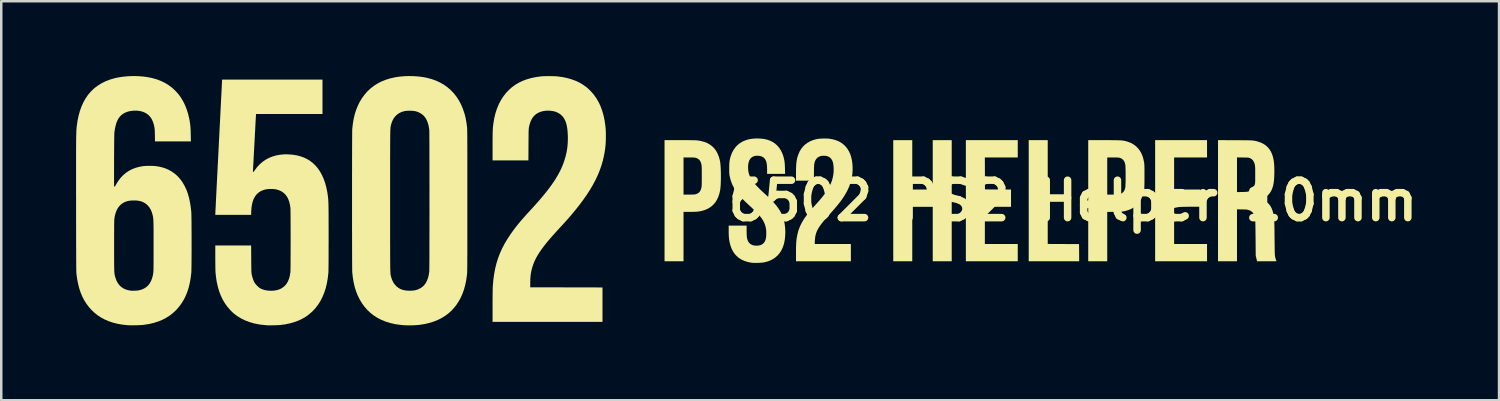
<source format=kicad_pcb>
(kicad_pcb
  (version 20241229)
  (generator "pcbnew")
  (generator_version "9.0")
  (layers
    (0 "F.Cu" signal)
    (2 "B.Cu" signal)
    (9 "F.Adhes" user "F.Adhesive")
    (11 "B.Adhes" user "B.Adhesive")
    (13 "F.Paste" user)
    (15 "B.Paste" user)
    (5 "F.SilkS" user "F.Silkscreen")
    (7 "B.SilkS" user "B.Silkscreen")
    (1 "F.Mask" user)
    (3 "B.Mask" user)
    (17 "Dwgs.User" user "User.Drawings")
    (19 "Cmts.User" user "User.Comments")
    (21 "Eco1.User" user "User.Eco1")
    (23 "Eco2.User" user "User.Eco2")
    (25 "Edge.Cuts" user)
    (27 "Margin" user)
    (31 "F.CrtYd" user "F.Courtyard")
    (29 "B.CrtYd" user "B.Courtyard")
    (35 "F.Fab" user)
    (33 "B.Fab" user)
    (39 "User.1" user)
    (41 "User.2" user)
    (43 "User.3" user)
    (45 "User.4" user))
  (footprint "6502 PS2 Helper 10mm"
    (layer "F.Cu")
    (at 39.973 4.998)
    (property "Reference" "6502 PS2 Helper 10mm" (at 0 0 0) (layer "F.SilkS") (effects (font (size 1.5 1.5) (thickness 0.3))))
    (attr board_only exclude_from_pos_files exclude_from_bom)
    (fp_poly (pts (xy -1.011 -0.347) (xy -1.011 1.734) (xy -0.383 1.737) (xy 0.245 1.739) (xy 0.248 2.084) (xy 0.25 2.428) (xy -0.761 2.428) (xy -1.773 2.428) (xy -1.773 0) (xy -1.773 -2.428) (xy -1.392 -2.428) (xy -1.011 -2.428)) (stroke (width 0) (type solid)) (fill yes) (layer "F.SilkS"))
    (fp_poly (pts (xy -6.443 -1.438) (xy -6.443 -0.448) (xy -6.033 -0.448) (xy -5.622 -0.448) (xy -5.622 -1.438) (xy -5.622 -2.428) (xy -5.242 -2.428) (xy -4.861 -2.428) (xy -4.861 0) (xy -4.861 2.428) (xy -5.242 2.428) (xy -5.622 2.428) (xy -5.622 1.337) (xy -5.622 0.245) (xy -6.033 0.245) (xy -6.443 0.245) (xy -6.443 1.337) (xy -6.443 2.428) (xy -6.824 2.428) (xy -7.205 2.428) (xy -7.205 0) (xy -7.205 -2.428) (xy -6.824 -2.428) (xy -6.443 -2.428)) (stroke (width 0) (type solid)) (fill yes) (layer "F.SilkS"))
    (fp_poly (pts (xy -2.213 -2.081) (xy -2.213 -1.735) (xy -2.873 -1.735) (xy -3.533 -1.735) (xy -3.53 -1.094) (xy -3.528 -0.453) (xy -3.006 -0.45) (xy -2.483 -0.448) (xy -2.483 -0.101) (xy -2.483 0.245) (xy -3.008 0.245) (xy -3.532 0.245) (xy -3.532 0.99) (xy -3.532 1.735) (xy -2.873 1.735) (xy -2.213 1.735) (xy -2.213 2.081) (xy -2.213 2.428) (xy -3.253 2.428) (xy -4.294 2.428) (xy -4.294 0) (xy -4.294 -2.428) (xy -3.253 -2.428) (xy -2.213 -2.428)) (stroke (width 0) (type solid)) (fill yes) (layer "F.SilkS"))
    (fp_poly (pts (xy 5.377 -2.081) (xy 5.377 -1.735) (xy 4.717 -1.735) (xy 4.057 -1.735) (xy 4.057 -1.091) (xy 4.057 -0.448) (xy 4.582 -0.448) (xy 5.106 -0.448) (xy 5.104 -0.104) (xy 5.102 0.241) (xy 4.58 0.243) (xy 4.057 0.245) (xy 4.057 0.99) (xy 4.057 1.735) (xy 4.717 1.735) (xy 5.377 1.735) (xy 5.377 2.081) (xy 5.377 2.428) (xy 4.336 2.428) (xy 3.296 2.428) (xy 3.296 0) (xy 3.296 -2.428) (xy 4.336 -2.428) (xy 5.377 -2.428)) (stroke (width 0) (type solid)) (fill yes) (layer "F.SilkS"))
    (fp_poly (pts (xy -15.636 -2.428) (xy -15.528 -2.428) (xy -15.434 -2.428) (xy -15.353 -2.427) (xy -15.284 -2.426) (xy -15.225 -2.425) (xy -15.176 -2.424) (xy -15.135 -2.423) (xy -15.101 -2.421) (xy -15.072 -2.419) (xy -15.048 -2.416) (xy -15.042 -2.416) (xy -14.902 -2.391) (xy -14.773 -2.355) (xy -14.656 -2.307) (xy -14.551 -2.247) (xy -14.457 -2.174) (xy -14.375 -2.089) (xy -14.304 -1.991) (xy -14.245 -1.881) (xy -14.196 -1.758) (xy -14.159 -1.622) (xy -14.148 -1.565) (xy -14.139 -1.506) (xy -14.132 -1.433) (xy -14.126 -1.348) (xy -14.122 -1.254) (xy -14.119 -1.154) (xy -14.117 -1.049) (xy -14.117 -0.943) (xy -14.118 -0.838) (xy -14.121 -0.737) (xy -14.125 -0.642) (xy -14.131 -0.556) (xy -14.138 -0.482) (xy -14.147 -0.421) (xy -14.148 -0.415) (xy -14.18 -0.274) (xy -14.224 -0.146) (xy -14.279 -0.031) (xy -14.345 0.072) (xy -14.423 0.162) (xy -14.511 0.24) (xy -14.612 0.305) (xy -14.723 0.358) (xy -14.847 0.399) (xy -14.857 0.402) (xy -14.914 0.415) (xy -14.97 0.426) (xy -15.028 0.434) (xy -15.091 0.441) (xy -15.162 0.445) (xy -15.243 0.447) (xy -15.338 0.448) (xy -15.374 0.448) (xy -15.615 0.448) (xy -15.615 1.438) (xy -15.615 2.428) (xy -15.996 2.428) (xy -16.376 2.428) (xy -16.376 0) (xy -16.376 -0.99) (xy -15.615 -0.99) (xy -15.615 -0.245) (xy -15.397 -0.245) (xy -15.318 -0.246) (xy -15.254 -0.247) (xy -15.205 -0.249) (xy -15.168 -0.252) (xy -15.143 -0.255) (xy -15.137 -0.257) (xy -15.068 -0.281) (xy -15.012 -0.315) (xy -14.967 -0.36) (xy -14.932 -0.417) (xy -14.906 -0.488) (xy -14.898 -0.522) (xy -14.894 -0.539) (xy -14.891 -0.558) (xy -14.889 -0.58) (xy -14.887 -0.608) (xy -14.886 -0.642) (xy -14.885 -0.684) (xy -14.884 -0.737) (xy -14.883 -0.8) (xy -14.883 -0.878) (xy -14.883 -0.97) (xy -14.883 -0.99) (xy -14.883 -1.085) (xy -14.883 -1.165) (xy -14.884 -1.232) (xy -14.884 -1.286) (xy -14.885 -1.33) (xy -14.887 -1.366) (xy -14.889 -1.394) (xy -14.891 -1.418) (xy -14.894 -1.437) (xy -14.897 -1.455) (xy -14.898 -1.458) (xy -14.92 -1.534) (xy -14.949 -1.595) (xy -14.987 -1.643) (xy -15.035 -1.68) (xy -15.052 -1.69) (xy -15.078 -1.703) (xy -15.104 -1.713) (xy -15.13 -1.721) (xy -15.159 -1.726) (xy -15.195 -1.73) (xy -15.239 -1.733) (xy -15.295 -1.734) (xy -15.363 -1.734) (xy -15.397 -1.734) (xy -15.615 -1.735) (xy -15.615 -0.99) (xy -16.376 -0.99) (xy -16.376 -2.428) (xy -15.761 -2.428)) (stroke (width 0) (type solid)) (fill yes) (layer "F.SilkS"))
    (fp_poly (pts (xy 1.366 -2.428) (xy 1.483 -2.428) (xy 1.586 -2.427) (xy 1.676 -2.427) (xy 1.754 -2.425) (xy 1.822 -2.423) (xy 1.881 -2.421) (xy 1.932 -2.418) (xy 1.977 -2.414) (xy 2.017 -2.409) (xy 2.053 -2.403) (xy 2.087 -2.396) (xy 2.12 -2.388) (xy 2.153 -2.378) (xy 2.188 -2.368) (xy 2.199 -2.364) (xy 2.316 -2.319) (xy 2.42 -2.263) (xy 2.513 -2.195) (xy 2.578 -2.134) (xy 2.646 -2.055) (xy 2.705 -1.97) (xy 2.753 -1.879) (xy 2.794 -1.779) (xy 2.826 -1.667) (xy 2.852 -1.541) (xy 2.853 -1.54) (xy 2.856 -1.519) (xy 2.859 -1.497) (xy 2.861 -1.473) (xy 2.863 -1.444) (xy 2.865 -1.411) (xy 2.866 -1.37) (xy 2.867 -1.32) (xy 2.868 -1.26) (xy 2.868 -1.188) (xy 2.868 -1.103) (xy 2.868 -1.002) (xy 2.868 -0.99) (xy 2.868 -0.881) (xy 2.868 -0.788) (xy 2.867 -0.708) (xy 2.866 -0.64) (xy 2.865 -0.581) (xy 2.862 -0.532) (xy 2.859 -0.489) (xy 2.855 -0.451) (xy 2.85 -0.416) (xy 2.844 -0.383) (xy 2.836 -0.349) (xy 2.827 -0.314) (xy 2.82 -0.288) (xy 2.778 -0.16) (xy 2.725 -0.044) (xy 2.661 0.059) (xy 2.585 0.15) (xy 2.497 0.229) (xy 2.398 0.296) (xy 2.286 0.351) (xy 2.162 0.395) (xy 2.026 0.428) (xy 2 0.432) (xy 1.967 0.436) (xy 1.926 0.439) (xy 1.875 0.441) (xy 1.812 0.443) (xy 1.736 0.445) (xy 1.665 0.446) (xy 1.375 0.45) (xy 1.375 1.439) (xy 1.375 2.428) (xy 0.994 2.428) (xy 0.613 2.428) (xy 0.613 0) (xy 0.613 -0.99) (xy 1.375 -0.99) (xy 1.375 -0.245) (xy 1.597 -0.245) (xy 1.675 -0.246) (xy 1.738 -0.247) (xy 1.788 -0.249) (xy 1.825 -0.251) (xy 1.851 -0.255) (xy 1.863 -0.257) (xy 1.931 -0.282) (xy 1.987 -0.317) (xy 2.032 -0.364) (xy 2.067 -0.422) (xy 2.091 -0.495) (xy 2.099 -0.529) (xy 2.102 -0.556) (xy 2.105 -0.597) (xy 2.107 -0.651) (xy 2.109 -0.715) (xy 2.111 -0.787) (xy 2.112 -0.864) (xy 2.112 -0.945) (xy 2.112 -1.028) (xy 2.112 -1.109) (xy 2.111 -1.187) (xy 2.109 -1.259) (xy 2.107 -1.324) (xy 2.105 -1.379) (xy 2.102 -1.421) (xy 2.099 -1.449) (xy 2.099 -1.45) (xy 2.078 -1.528) (xy 2.049 -1.592) (xy 2.01 -1.642) (xy 1.961 -1.681) (xy 1.95 -1.687) (xy 1.924 -1.701) (xy 1.9 -1.711) (xy 1.874 -1.719) (xy 1.845 -1.725) (xy 1.809 -1.73) (xy 1.766 -1.732) (xy 1.711 -1.734) (xy 1.644 -1.734) (xy 1.597 -1.734) (xy 1.375 -1.735) (xy 1.375 -0.99) (xy 0.613 -0.99) (xy 0.613 -2.428) (xy 1.234 -2.428)) (stroke (width 0) (type solid)) (fill yes) (layer "F.SilkS"))
    (fp_poly (pts (xy -9.858 -2.493) (xy -9.802 -2.49) (xy -9.779 -2.488) (xy -9.637 -2.464) (xy -9.508 -2.428) (xy -9.389 -2.379) (xy -9.283 -2.318) (xy -9.187 -2.244) (xy -9.103 -2.159) (xy -9.041 -2.077) (xy -8.981 -1.978) (xy -8.932 -1.872) (xy -8.894 -1.756) (xy -8.865 -1.631) (xy -8.845 -1.493) (xy -8.838 -1.407) (xy -8.834 -1.231) (xy -8.846 -1.057) (xy -8.875 -0.886) (xy -8.92 -0.716) (xy -8.981 -0.548) (xy -9.059 -0.381) (xy -9.154 -0.214) (xy -9.194 -0.152) (xy -9.244 -0.077) (xy -9.298 -0.002) (xy -9.356 0.075) (xy -9.419 0.155) (xy -9.49 0.24) (xy -9.569 0.332) (xy -9.657 0.433) (xy -9.755 0.541) (xy -9.856 0.653) (xy -9.944 0.754) (xy -10.022 0.848) (xy -10.09 0.933) (xy -10.147 1.013) (xy -10.196 1.088) (xy -10.237 1.159) (xy -10.27 1.228) (xy -10.296 1.296) (xy -10.316 1.365) (xy -10.331 1.435) (xy -10.341 1.509) (xy -10.348 1.587) (xy -10.35 1.618) (xy -10.355 1.735) (xy -9.63 1.735) (xy -8.905 1.735) (xy -8.905 2.081) (xy -8.905 2.428) (xy -10.005 2.428) (xy -11.105 2.428) (xy -11.105 2.108) (xy -11.105 1.996) (xy -11.104 1.899) (xy -11.102 1.815) (xy -11.099 1.74) (xy -11.095 1.674) (xy -11.09 1.613) (xy -11.084 1.556) (xy -11.076 1.5) (xy -11.071 1.466) (xy -11.043 1.328) (xy -11.008 1.197) (xy -10.963 1.072) (xy -10.908 0.949) (xy -10.842 0.827) (xy -10.764 0.702) (xy -10.671 0.573) (xy -10.635 0.525) (xy -10.61 0.494) (xy -10.586 0.464) (xy -10.56 0.432) (xy -10.531 0.398) (xy -10.497 0.36) (xy -10.458 0.315) (xy -10.412 0.264) (xy -10.358 0.203) (xy -10.294 0.133) (xy -10.274 0.111) (xy -10.155 -0.023) (xy -10.05 -0.149) (xy -9.958 -0.268) (xy -9.878 -0.382) (xy -9.809 -0.491) (xy -9.751 -0.598) (xy -9.703 -0.702) (xy -9.664 -0.806) (xy -9.635 -0.91) (xy -9.613 -1.016) (xy -9.599 -1.126) (xy -9.598 -1.133) (xy -9.595 -1.2) (xy -9.595 -1.274) (xy -9.598 -1.351) (xy -9.605 -1.424) (xy -9.614 -1.49) (xy -9.62 -1.522) (xy -9.646 -1.6) (xy -9.683 -1.666) (xy -9.731 -1.72) (xy -9.79 -1.761) (xy -9.858 -1.788) (xy -9.922 -1.8) (xy -10.015 -1.804) (xy -10.098 -1.794) (xy -10.17 -1.771) (xy -10.233 -1.735) (xy -10.285 -1.685) (xy -10.326 -1.623) (xy -10.351 -1.564) (xy -10.36 -1.535) (xy -10.367 -1.502) (xy -10.373 -1.464) (xy -10.378 -1.419) (xy -10.381 -1.365) (xy -10.384 -1.301) (xy -10.385 -1.225) (xy -10.386 -1.134) (xy -10.386 -1.09) (xy -10.386 -0.804) (xy -10.746 -0.804) (xy -11.105 -0.804) (xy -11.105 -1.098) (xy -11.104 -1.217) (xy -11.102 -1.321) (xy -11.098 -1.413) (xy -11.092 -1.494) (xy -11.084 -1.567) (xy -11.073 -1.635) (xy -11.06 -1.698) (xy -11.043 -1.76) (xy -11.023 -1.822) (xy -11.018 -1.836) (xy -10.968 -1.957) (xy -10.905 -2.066) (xy -10.83 -2.164) (xy -10.743 -2.25) (xy -10.644 -2.323) (xy -10.535 -2.384) (xy -10.414 -2.433) (xy -10.283 -2.468) (xy -10.246 -2.476) (xy -10.198 -2.482) (xy -10.137 -2.488) (xy -10.069 -2.492) (xy -9.996 -2.494) (xy -9.925 -2.495)) (stroke (width 0) (type solid)) (fill yes) (layer "F.SilkS"))
    (fp_poly (pts (xy -12.51 -2.49) (xy -12.389 -2.476) (xy -12.287 -2.454) (xy -12.165 -2.415) (xy -12.053 -2.362) (xy -11.952 -2.296) (xy -11.861 -2.216) (xy -11.781 -2.125) (xy -11.713 -2.021) (xy -11.656 -1.904) (xy -11.61 -1.776) (xy -11.6 -1.739) (xy -11.585 -1.675) (xy -11.572 -1.612) (xy -11.563 -1.546) (xy -11.556 -1.473) (xy -11.551 -1.391) (xy -11.548 -1.295) (xy -11.547 -1.28) (xy -11.543 -1.075) (xy -11.904 -1.075) (xy -12.264 -1.075) (xy -12.264 -1.225) (xy -12.265 -1.316) (xy -12.269 -1.392) (xy -12.275 -1.457) (xy -12.284 -1.513) (xy -12.297 -1.563) (xy -12.298 -1.569) (xy -12.328 -1.639) (xy -12.369 -1.697) (xy -12.421 -1.743) (xy -12.485 -1.776) (xy -12.559 -1.796) (xy -12.644 -1.803) (xy -12.65 -1.803) (xy -12.69 -1.802) (xy -12.728 -1.799) (xy -12.757 -1.795) (xy -12.765 -1.793) (xy -12.834 -1.767) (xy -12.893 -1.729) (xy -12.941 -1.678) (xy -12.978 -1.615) (xy -13.004 -1.539) (xy -13.021 -1.45) (xy -13.027 -1.347) (xy -13.027 -1.34) (xy -13.024 -1.257) (xy -13.015 -1.178) (xy -12.999 -1.102) (xy -12.975 -1.027) (xy -12.943 -0.952) (xy -12.902 -0.877) (xy -12.851 -0.799) (xy -12.79 -0.718) (xy -12.718 -0.634) (xy -12.634 -0.544) (xy -12.537 -0.447) (xy -12.428 -0.344) (xy -12.362 -0.283) (xy -12.235 -0.166) (xy -12.122 -0.056) (xy -12.022 0.048) (xy -11.934 0.147) (xy -11.857 0.243) (xy -11.791 0.336) (xy -11.734 0.428) (xy -11.686 0.52) (xy -11.645 0.614) (xy -11.612 0.709) (xy -11.588 0.794) (xy -11.559 0.933) (xy -11.541 1.081) (xy -11.533 1.233) (xy -11.537 1.385) (xy -11.55 1.534) (xy -11.575 1.675) (xy -11.588 1.729) (xy -11.63 1.859) (xy -11.684 1.978) (xy -11.751 2.086) (xy -11.829 2.181) (xy -11.919 2.265) (xy -12.021 2.336) (xy -12.134 2.395) (xy -12.259 2.441) (xy -12.38 2.471) (xy -12.431 2.479) (xy -12.494 2.485) (xy -12.565 2.49) (xy -12.64 2.493) (xy -12.716 2.494) (xy -12.788 2.493) (xy -12.851 2.49) (xy -12.903 2.485) (xy -12.907 2.484) (xy -13.046 2.455) (xy -13.174 2.414) (xy -13.289 2.361) (xy -13.393 2.296) (xy -13.485 2.218) (xy -13.566 2.129) (xy -13.634 2.027) (xy -13.691 1.913) (xy -13.736 1.787) (xy -13.77 1.65) (xy -13.781 1.586) (xy -13.79 1.525) (xy -13.796 1.464) (xy -13.8 1.397) (xy -13.803 1.322) (xy -13.804 1.236) (xy -13.804 1.198) (xy -13.804 0.998) (xy -13.445 0.998) (xy -13.085 0.998) (xy -13.085 1.204) (xy -13.084 1.29) (xy -13.082 1.362) (xy -13.078 1.422) (xy -13.073 1.473) (xy -13.065 1.516) (xy -13.055 1.554) (xy -13.046 1.58) (xy -13.012 1.65) (xy -12.968 1.706) (xy -12.914 1.749) (xy -12.849 1.78) (xy -12.773 1.798) (xy -12.692 1.803) (xy -12.608 1.798) (xy -12.537 1.783) (xy -12.476 1.757) (xy -12.424 1.719) (xy -12.403 1.699) (xy -12.367 1.654) (xy -12.34 1.602) (xy -12.319 1.541) (xy -12.305 1.47) (xy -12.298 1.387) (xy -12.296 1.311) (xy -12.3 1.193) (xy -12.315 1.085) (xy -12.342 0.983) (xy -12.38 0.884) (xy -12.391 0.859) (xy -12.421 0.803) (xy -12.455 0.746) (xy -12.496 0.687) (xy -12.545 0.625) (xy -12.601 0.56) (xy -12.667 0.489) (xy -12.743 0.412) (xy -12.83 0.328) (xy -12.929 0.235) (xy -12.983 0.185) (xy -13.112 0.065) (xy -13.226 -0.048) (xy -13.327 -0.155) (xy -13.415 -0.259) (xy -13.492 -0.359) (xy -13.559 -0.459) (xy -13.616 -0.558) (xy -13.664 -0.657) (xy -13.703 -0.76) (xy -13.736 -0.866) (xy -13.76 -0.963) (xy -13.767 -0.997) (xy -13.772 -1.026) (xy -13.776 -1.054) (xy -13.779 -1.084) (xy -13.781 -1.118) (xy -13.782 -1.159) (xy -13.782 -1.211) (xy -13.783 -1.276) (xy -13.783 -1.295) (xy -13.782 -1.387) (xy -13.78 -1.465) (xy -13.775 -1.533) (xy -13.768 -1.594) (xy -13.758 -1.651) (xy -13.745 -1.708) (xy -13.728 -1.767) (xy -13.715 -1.808) (xy -13.665 -1.933) (xy -13.603 -2.046) (xy -13.53 -2.147) (xy -13.445 -2.236) (xy -13.348 -2.312) (xy -13.241 -2.375) (xy -13.123 -2.425) (xy -12.997 -2.462) (xy -12.884 -2.482) (xy -12.762 -2.494) (xy -12.635 -2.496)) (stroke (width 0) (type solid)) (fill yes) (layer "F.SilkS"))
    (fp_poly (pts (xy 6.492 -2.426) (xy 6.619 -2.426) (xy 6.732 -2.425) (xy 6.829 -2.424) (xy 6.914 -2.424) (xy 6.987 -2.423) (xy 7.05 -2.421) (xy 7.104 -2.42) (xy 7.15 -2.417) (xy 7.189 -2.415) (xy 7.224 -2.412) (xy 7.254 -2.408) (xy 7.282 -2.403) (xy 7.309 -2.398) (xy 7.336 -2.392) (xy 7.364 -2.385) (xy 7.395 -2.377) (xy 7.515 -2.338) (xy 7.623 -2.287) (xy 7.719 -2.226) (xy 7.803 -2.153) (xy 7.875 -2.068) (xy 7.936 -1.971) (xy 7.958 -1.926) (xy 7.99 -1.85) (xy 8.016 -1.769) (xy 8.037 -1.682) (xy 8.054 -1.586) (xy 8.065 -1.481) (xy 8.073 -1.363) (xy 8.076 -1.232) (xy 8.076 -1.18) (xy 8.074 -1.039) (xy 8.069 -0.913) (xy 8.06 -0.801) (xy 8.046 -0.7) (xy 8.028 -0.609) (xy 8.004 -0.527) (xy 7.976 -0.453) (xy 7.942 -0.384) (xy 7.902 -0.318) (xy 7.898 -0.313) (xy 7.85 -0.253) (xy 7.791 -0.194) (xy 7.725 -0.141) (xy 7.658 -0.096) (xy 7.612 -0.073) (xy 7.592 -0.062) (xy 7.58 -0.052) (xy 7.579 -0.049) (xy 7.587 -0.043) (xy 7.607 -0.032) (xy 7.635 -0.018) (xy 7.645 -0.014) (xy 7.731 0.03) (xy 7.806 0.084) (xy 7.87 0.147) (xy 7.924 0.222) (xy 7.969 0.309) (xy 8.007 0.409) (xy 8.029 0.493) (xy 8.038 0.528) (xy 8.045 0.56) (xy 8.051 0.593) (xy 8.056 0.625) (xy 8.061 0.66) (xy 8.065 0.699) (xy 8.068 0.742) (xy 8.071 0.79) (xy 8.074 0.846) (xy 8.076 0.911) (xy 8.078 0.985) (xy 8.079 1.07) (xy 8.081 1.168) (xy 8.082 1.279) (xy 8.083 1.405) (xy 8.084 1.485) (xy 8.085 1.61) (xy 8.087 1.72) (xy 8.088 1.815) (xy 8.089 1.896) (xy 8.09 1.966) (xy 8.091 2.025) (xy 8.092 2.074) (xy 8.093 2.114) (xy 8.095 2.147) (xy 8.097 2.174) (xy 8.098 2.197) (xy 8.101 2.215) (xy 8.103 2.231) (xy 8.106 2.246) (xy 8.108 2.255) (xy 8.118 2.295) (xy 8.129 2.336) (xy 8.14 2.369) (xy 8.143 2.376) (xy 8.153 2.401) (xy 8.159 2.419) (xy 8.161 2.424) (xy 8.152 2.425) (xy 8.129 2.426) (xy 8.092 2.427) (xy 8.043 2.427) (xy 7.984 2.428) (xy 7.917 2.428) (xy 7.842 2.428) (xy 7.775 2.428) (xy 7.39 2.428) (xy 7.381 2.405) (xy 7.376 2.387) (xy 7.367 2.358) (xy 7.358 2.321) (xy 7.351 2.293) (xy 7.329 2.204) (xy 7.323 1.493) (xy 7.321 1.361) (xy 7.32 1.244) (xy 7.319 1.143) (xy 7.318 1.055) (xy 7.316 0.979) (xy 7.315 0.915) (xy 7.313 0.862) (xy 7.312 0.818) (xy 7.31 0.783) (xy 7.308 0.755) (xy 7.306 0.734) (xy 7.304 0.717) (xy 7.303 0.715) (xy 7.283 0.628) (xy 7.258 0.557) (xy 7.225 0.498) (xy 7.184 0.45) (xy 7.133 0.413) (xy 7.072 0.383) (xy 7.04 0.372) (xy 7.019 0.366) (xy 6.998 0.361) (xy 6.975 0.357) (xy 6.946 0.354) (xy 6.909 0.352) (xy 6.862 0.351) (xy 6.801 0.349) (xy 6.779 0.349) (xy 6.578 0.345) (xy 6.578 1.387) (xy 6.578 2.428) (xy 6.198 2.428) (xy 5.817 2.428) (xy 5.817 -0.000421) (xy 5.817 -1.04) (xy 6.578 -1.04) (xy 6.578 -0.345) (xy 6.779 -0.349) (xy 6.849 -0.351) (xy 6.903 -0.353) (xy 6.946 -0.355) (xy 6.978 -0.358) (xy 7.004 -0.362) (xy 7.024 -0.367) (xy 7.027 -0.368) (xy 7.1 -0.397) (xy 7.161 -0.433) (xy 7.209 -0.479) (xy 7.248 -0.537) (xy 7.278 -0.607) (xy 7.291 -0.65) (xy 7.296 -0.668) (xy 7.3 -0.685) (xy 7.302 -0.704) (xy 7.305 -0.727) (xy 7.306 -0.755) (xy 7.308 -0.79) (xy 7.309 -0.835) (xy 7.309 -0.891) (xy 7.309 -0.96) (xy 7.309 -1.041) (xy 7.309 -1.136) (xy 7.309 -1.216) (xy 7.308 -1.282) (xy 7.305 -1.338) (xy 7.302 -1.384) (xy 7.297 -1.423) (xy 7.291 -1.456) (xy 7.283 -1.486) (xy 7.273 -1.514) (xy 7.261 -1.542) (xy 7.251 -1.563) (xy 7.215 -1.62) (xy 7.17 -1.665) (xy 7.113 -1.7) (xy 7.088 -1.711) (xy 7.073 -1.716) (xy 7.058 -1.721) (xy 7.041 -1.724) (xy 7.019 -1.727) (xy 6.991 -1.729) (xy 6.954 -1.73) (xy 6.905 -1.731) (xy 6.843 -1.732) (xy 6.809 -1.733) (xy 6.578 -1.736) (xy 6.578 -1.04) (xy 5.817 -1.04) (xy 5.817 -2.429)) (stroke (width 0) (type solid)) (fill yes) (layer "F.SilkS"))
    (fp_poly (pts (xy -20.916 -4.995) (xy -20.841 -4.993) (xy -20.772 -4.991) (xy -20.714 -4.988) (xy -20.675 -4.985) (xy -20.474 -4.958) (xy -20.287 -4.92) (xy -20.111 -4.87) (xy -19.947 -4.81) (xy -19.793 -4.738) (xy -19.65 -4.654) (xy -19.515 -4.558) (xy -19.494 -4.541) (xy -19.463 -4.515) (xy -19.425 -4.48) (xy -19.384 -4.441) (xy -19.344 -4.401) (xy -19.333 -4.39) (xy -19.218 -4.259) (xy -19.115 -4.116) (xy -19.024 -3.962) (xy -18.945 -3.795) (xy -18.879 -3.617) (xy -18.824 -3.427) (xy -18.781 -3.225) (xy -18.75 -3.011) (xy -18.737 -2.877) (xy -18.733 -2.808) (xy -18.73 -2.727) (xy -18.729 -2.638) (xy -18.729 -2.546) (xy -18.73 -2.454) (xy -18.733 -2.368) (xy -18.737 -2.29) (xy -18.741 -2.234) (xy -18.765 -2.026) (xy -18.801 -1.822) (xy -18.847 -1.621) (xy -18.904 -1.421) (xy -18.973 -1.223) (xy -19.054 -1.024) (xy -19.148 -0.825) (xy -19.255 -0.625) (xy -19.375 -0.422) (xy -19.51 -0.215) (xy -19.658 -0.005) (xy -19.821 0.21) (xy -19.998 0.431) (xy -20.041 0.482) (xy -20.106 0.56) (xy -20.171 0.636) (xy -20.236 0.711) (xy -20.304 0.787) (xy -20.376 0.868) (xy -20.456 0.955) (xy -20.544 1.051) (xy -20.59 1.101) (xy -20.732 1.256) (xy -20.862 1.4) (xy -20.98 1.536) (xy -21.087 1.663) (xy -21.183 1.783) (xy -21.27 1.897) (xy -21.347 2.005) (xy -21.416 2.108) (xy -21.477 2.208) (xy -21.531 2.305) (xy -21.577 2.401) (xy -21.618 2.495) (xy -21.653 2.589) (xy -21.683 2.684) (xy -21.702 2.754) (xy -21.723 2.845) (xy -21.739 2.936) (xy -21.75 3.029) (xy -21.757 3.131) (xy -21.76 3.244) (xy -21.761 3.274) (xy -21.762 3.473) (xy -20.313 3.475) (xy -18.864 3.478) (xy -18.864 4.167) (xy -18.864 4.857) (xy -21.068 4.857) (xy -23.272 4.857) (xy -23.272 4.21) (xy -23.272 4.103) (xy -23.272 3.998) (xy -23.271 3.897) (xy -23.27 3.801) (xy -23.269 3.712) (xy -23.268 3.632) (xy -23.267 3.562) (xy -23.266 3.505) (xy -23.265 3.461) (xy -23.263 3.434) (xy -23.242 3.189) (xy -23.211 2.956) (xy -23.17 2.734) (xy -23.118 2.521) (xy -23.055 2.315) (xy -22.979 2.115) (xy -22.891 1.918) (xy -22.789 1.723) (xy -22.672 1.528) (xy -22.541 1.33) (xy -22.43 1.176) (xy -22.363 1.088) (xy -22.296 1.001) (xy -22.226 0.915) (xy -22.152 0.826) (xy -22.073 0.734) (xy -21.987 0.636) (xy -21.892 0.531) (xy -21.786 0.416) (xy -21.762 0.389) (xy -21.594 0.205) (xy -21.439 0.031) (xy -21.296 -0.136) (xy -21.165 -0.294) (xy -21.046 -0.445) (xy -20.937 -0.591) (xy -20.838 -0.731) (xy -20.749 -0.867) (xy -20.669 -0.999) (xy -20.598 -1.128) (xy -20.534 -1.255) (xy -20.478 -1.381) (xy -20.429 -1.507) (xy -20.393 -1.612) (xy -20.342 -1.782) (xy -20.304 -1.948) (xy -20.276 -2.113) (xy -20.26 -2.282) (xy -20.253 -2.458) (xy -20.254 -2.589) (xy -20.261 -2.734) (xy -20.273 -2.864) (xy -20.29 -2.979) (xy -20.314 -3.083) (xy -20.344 -3.174) (xy -20.38 -3.255) (xy -20.424 -3.327) (xy -20.474 -3.391) (xy -20.484 -3.4) (xy -20.557 -3.467) (xy -20.64 -3.521) (xy -20.732 -3.562) (xy -20.834 -3.591) (xy -20.948 -3.607) (xy -20.992 -3.61) (xy -21.113 -3.61) (xy -21.227 -3.596) (xy -21.333 -3.57) (xy -21.429 -3.532) (xy -21.515 -3.482) (xy -21.55 -3.455) (xy -21.617 -3.391) (xy -21.675 -3.317) (xy -21.723 -3.232) (xy -21.763 -3.135) (xy -21.796 -3.023) (xy -21.81 -2.959) (xy -21.814 -2.942) (xy -21.816 -2.925) (xy -21.819 -2.906) (xy -21.821 -2.885) (xy -21.823 -2.86) (xy -21.824 -2.83) (xy -21.826 -2.794) (xy -21.827 -2.749) (xy -21.828 -2.695) (xy -21.828 -2.631) (xy -21.829 -2.556) (xy -21.83 -2.467) (xy -21.831 -2.364) (xy -21.831 -2.245) (xy -21.831 -2.244) (xy -21.835 -1.616) (xy -22.553 -1.616) (xy -23.272 -1.616) (xy -23.272 -2.19) (xy -23.272 -2.317) (xy -23.272 -2.429) (xy -23.271 -2.527) (xy -23.27 -2.614) (xy -23.269 -2.689) (xy -23.267 -2.756) (xy -23.265 -2.815) (xy -23.262 -2.869) (xy -23.259 -2.919) (xy -23.255 -2.966) (xy -23.25 -3.013) (xy -23.244 -3.06) (xy -23.238 -3.109) (xy -23.203 -3.313) (xy -23.156 -3.507) (xy -23.096 -3.691) (xy -23.025 -3.863) (xy -22.941 -4.025) (xy -22.845 -4.175) (xy -22.738 -4.314) (xy -22.619 -4.44) (xy -22.489 -4.555) (xy -22.358 -4.65) (xy -22.216 -4.734) (xy -22.063 -4.806) (xy -21.898 -4.868) (xy -21.721 -4.918) (xy -21.532 -4.957) (xy -21.33 -4.985) (xy -21.326 -4.985) (xy -21.28 -4.989) (xy -21.221 -4.992) (xy -21.151 -4.994) (xy -21.075 -4.995) (xy -20.995 -4.995)) (stroke (width 0) (type solid)) (fill yes) (layer "F.SilkS"))
    (fp_poly (pts (xy -30.092 -4.167) (xy -30.092 -3.477) (xy -31.423 -3.477) (xy -32.755 -3.477) (xy -32.761 -3.408) (xy -32.762 -3.39) (xy -32.764 -3.357) (xy -32.766 -3.31) (xy -32.77 -3.248) (xy -32.774 -3.175) (xy -32.779 -3.09) (xy -32.784 -2.994) (xy -32.789 -2.89) (xy -32.795 -2.778) (xy -32.802 -2.659) (xy -32.808 -2.534) (xy -32.815 -2.405) (xy -32.82 -2.31) (xy -32.827 -2.178) (xy -32.834 -2.05) (xy -32.841 -1.927) (xy -32.847 -1.81) (xy -32.853 -1.701) (xy -32.858 -1.599) (xy -32.863 -1.507) (xy -32.868 -1.425) (xy -32.872 -1.356) (xy -32.875 -1.298) (xy -32.877 -1.255) (xy -32.879 -1.227) (xy -32.88 -1.216) (xy -32.882 -1.183) (xy -32.882 -1.164) (xy -32.879 -1.154) (xy -32.873 -1.151) (xy -32.87 -1.151) (xy -32.857 -1.158) (xy -32.838 -1.18) (xy -32.813 -1.213) (xy -32.808 -1.221) (xy -32.714 -1.347) (xy -32.609 -1.459) (xy -32.495 -1.558) (xy -32.372 -1.644) (xy -32.239 -1.715) (xy -32.097 -1.772) (xy -31.947 -1.816) (xy -31.79 -1.844) (xy -31.624 -1.859) (xy -31.459 -1.858) (xy -31.287 -1.845) (xy -31.125 -1.819) (xy -30.975 -1.78) (xy -30.833 -1.729) (xy -30.701 -1.665) (xy -30.602 -1.605) (xy -30.486 -1.518) (xy -30.379 -1.416) (xy -30.281 -1.301) (xy -30.193 -1.173) (xy -30.114 -1.031) (xy -30.045 -0.877) (xy -29.986 -0.711) (xy -29.938 -0.533) (xy -29.899 -0.343) (xy -29.888 -0.273) (xy -29.883 -0.236) (xy -29.878 -0.202) (xy -29.874 -0.169) (xy -29.87 -0.136) (xy -29.866 -0.102) (xy -29.863 -0.067) (xy -29.86 -0.03) (xy -29.858 0.011) (xy -29.855 0.055) (xy -29.854 0.105) (xy -29.852 0.161) (xy -29.851 0.224) (xy -29.85 0.295) (xy -29.849 0.374) (xy -29.848 0.463) (xy -29.847 0.563) (xy -29.847 0.674) (xy -29.847 0.797) (xy -29.847 0.934) (xy -29.846 1.085) (xy -29.846 1.251) (xy -29.846 1.433) (xy -29.846 1.443) (xy -29.846 1.637) (xy -29.847 1.818) (xy -29.847 1.987) (xy -29.847 2.142) (xy -29.848 2.284) (xy -29.848 2.412) (xy -29.849 2.525) (xy -29.85 2.624) (xy -29.851 2.708) (xy -29.852 2.776) (xy -29.853 2.828) (xy -29.854 2.863) (xy -29.855 2.877) (xy -29.879 3.097) (xy -29.914 3.306) (xy -29.962 3.503) (xy -30.022 3.689) (xy -30.094 3.863) (xy -30.177 4.025) (xy -30.273 4.176) (xy -30.38 4.314) (xy -30.499 4.441) (xy -30.63 4.555) (xy -30.76 4.65) (xy -30.903 4.734) (xy -31.058 4.807) (xy -31.224 4.869) (xy -31.402 4.919) (xy -31.59 4.958) (xy -31.78 4.983) (xy -31.813 4.986) (xy -31.858 4.989) (xy -31.913 4.991) (xy -31.974 4.993) (xy -32.038 4.995) (xy -32.102 4.996) (xy -32.162 4.997) (xy -32.217 4.997) (xy -32.261 4.997) (xy -32.293 4.996) (xy -32.3 4.996) (xy -32.377 4.989) (xy -32.44 4.983) (xy -32.492 4.978) (xy -32.536 4.973) (xy -32.573 4.969) (xy -32.608 4.964) (xy -32.643 4.958) (xy -32.651 4.957) (xy -32.842 4.918) (xy -33.023 4.865) (xy -33.194 4.8) (xy -33.353 4.722) (xy -33.502 4.632) (xy -33.624 4.541) (xy -33.655 4.515) (xy -33.694 4.48) (xy -33.735 4.441) (xy -33.775 4.401) (xy -33.785 4.39) (xy -33.899 4.26) (xy -34.001 4.119) (xy -34.092 3.967) (xy -34.17 3.803) (xy -34.237 3.627) (xy -34.291 3.439) (xy -34.335 3.24) (xy -34.366 3.028) (xy -34.381 2.873) (xy -34.383 2.844) (xy -34.384 2.8) (xy -34.386 2.743) (xy -34.387 2.675) (xy -34.388 2.598) (xy -34.389 2.514) (xy -34.389 2.425) (xy -34.39 2.333) (xy -34.39 2.279) (xy -34.39 1.794) (xy -33.671 1.794) (xy -32.953 1.794) (xy -32.949 2.333) (xy -32.949 2.445) (xy -32.948 2.541) (xy -32.947 2.623) (xy -32.946 2.692) (xy -32.945 2.75) (xy -32.944 2.798) (xy -32.943 2.837) (xy -32.941 2.87) (xy -32.939 2.896) (xy -32.936 2.919) (xy -32.934 2.938) (xy -32.931 2.953) (xy -32.914 3.028) (xy -32.892 3.104) (xy -32.866 3.178) (xy -32.839 3.243) (xy -32.822 3.274) (xy -32.793 3.319) (xy -32.754 3.367) (xy -32.709 3.415) (xy -32.662 3.459) (xy -32.617 3.495) (xy -32.594 3.51) (xy -32.511 3.55) (xy -32.418 3.58) (xy -32.316 3.6) (xy -32.211 3.61) (xy -32.104 3.61) (xy -31.999 3.6) (xy -31.899 3.58) (xy -31.807 3.549) (xy -31.75 3.522) (xy -31.666 3.468) (xy -31.593 3.403) (xy -31.53 3.326) (xy -31.478 3.237) (xy -31.436 3.135) (xy -31.404 3.021) (xy -31.382 2.892) (xy -31.378 2.864) (xy -31.377 2.845) (xy -31.376 2.811) (xy -31.375 2.761) (xy -31.374 2.699) (xy -31.373 2.624) (xy -31.372 2.539) (xy -31.372 2.443) (xy -31.371 2.339) (xy -31.371 2.228) (xy -31.37 2.11) (xy -31.37 1.988) (xy -31.37 1.861) (xy -31.369 1.732) (xy -31.369 1.602) (xy -31.369 1.471) (xy -31.369 1.342) (xy -31.37 1.214) (xy -31.37 1.09) (xy -31.37 0.97) (xy -31.371 0.856) (xy -31.371 0.749) (xy -31.372 0.651) (xy -31.373 0.561) (xy -31.373 0.482) (xy -31.374 0.415) (xy -31.375 0.36) (xy -31.376 0.32) (xy -31.377 0.295) (xy -31.378 0.29) (xy -31.398 0.155) (xy -31.428 0.035) (xy -31.469 -0.073) (xy -31.52 -0.168) (xy -31.582 -0.249) (xy -31.654 -0.318) (xy -31.738 -0.375) (xy -31.833 -0.419) (xy -31.938 -0.451) (xy -31.953 -0.454) (xy -32.011 -0.463) (xy -32.081 -0.468) (xy -32.157 -0.47) (xy -32.233 -0.468) (xy -32.306 -0.463) (xy -32.369 -0.453) (xy -32.385 -0.45) (xy -32.489 -0.418) (xy -32.583 -0.374) (xy -32.666 -0.318) (xy -32.738 -0.248) (xy -32.8 -0.166) (xy -32.851 -0.071) (xy -32.891 0.037) (xy -32.921 0.159) (xy -32.94 0.293) (xy -32.949 0.421) (xy -32.954 0.567) (xy -33.672 0.567) (xy -34.39 0.567) (xy -34.39 0.535) (xy -34.389 0.524) (xy -34.388 0.497) (xy -34.386 0.454) (xy -34.383 0.396) (xy -34.38 0.324) (xy -34.375 0.239) (xy -34.37 0.14) (xy -34.365 0.029) (xy -34.359 -0.094) (xy -34.352 -0.227) (xy -34.345 -0.372) (xy -34.337 -0.526) (xy -34.329 -0.689) (xy -34.32 -0.86) (xy -34.311 -1.039) (xy -34.301 -1.226) (xy -34.292 -1.419) (xy -34.281 -1.618) (xy -34.271 -1.822) (xy -34.26 -2.03) (xy -34.254 -2.145) (xy -34.244 -2.356) (xy -34.233 -2.562) (xy -34.223 -2.764) (xy -34.213 -2.96) (xy -34.203 -3.151) (xy -34.194 -3.334) (xy -34.185 -3.51) (xy -34.176 -3.677) (xy -34.168 -3.836) (xy -34.161 -3.986) (xy -34.154 -4.125) (xy -34.147 -4.254) (xy -34.141 -4.372) (xy -34.136 -4.477) (xy -34.131 -4.57) (xy -34.128 -4.649) (xy -34.124 -4.715) (xy -34.122 -4.766) (xy -34.12 -4.801) (xy -34.119 -4.821) (xy -34.119 -4.825) (xy -34.119 -4.857) (xy -32.105 -4.857) (xy -30.092 -4.857)) (stroke (width 0) (type solid)) (fill yes) (layer "F.SilkS"))
    (fp_poly (pts (xy -26.426 -4.994) (xy -26.235 -4.98) (xy -26.051 -4.956) (xy -25.905 -4.928) (xy -25.719 -4.878) (xy -25.544 -4.816) (xy -25.379 -4.74) (xy -25.224 -4.651) (xy -25.081 -4.549) (xy -24.949 -4.435) (xy -24.828 -4.308) (xy -24.718 -4.169) (xy -24.62 -4.018) (xy -24.534 -3.855) (xy -24.46 -3.68) (xy -24.398 -3.494) (xy -24.38 -3.431) (xy -24.357 -3.335) (xy -24.336 -3.226) (xy -24.316 -3.11) (xy -24.3 -2.989) (xy -24.299 -2.978) (xy -24.297 -2.966) (xy -24.296 -2.952) (xy -24.295 -2.938) (xy -24.293 -2.921) (xy -24.292 -2.903) (xy -24.291 -2.881) (xy -24.29 -2.856) (xy -24.29 -2.827) (xy -24.289 -2.793) (xy -24.288 -2.754) (xy -24.287 -2.709) (xy -24.287 -2.658) (xy -24.286 -2.6) (xy -24.286 -2.535) (xy -24.285 -2.462) (xy -24.285 -2.381) (xy -24.285 -2.29) (xy -24.284 -2.19) (xy -24.284 -2.079) (xy -24.284 -1.958) (xy -24.284 -1.825) (xy -24.284 -1.681) (xy -24.283 -1.524) (xy -24.283 -1.355) (xy -24.283 -1.171) (xy -24.283 -0.974) (xy -24.283 -0.762) (xy -24.283 -0.535) (xy -24.283 -0.292) (xy -24.283 -0.033) (xy -24.283 0) (xy -24.283 0.261) (xy -24.283 0.506) (xy -24.283 0.735) (xy -24.283 0.949) (xy -24.283 1.148) (xy -24.283 1.333) (xy -24.283 1.504) (xy -24.284 1.662) (xy -24.284 1.808) (xy -24.284 1.942) (xy -24.284 2.065) (xy -24.284 2.176) (xy -24.285 2.278) (xy -24.285 2.37) (xy -24.285 2.452) (xy -24.286 2.527) (xy -24.286 2.593) (xy -24.287 2.651) (xy -24.287 2.703) (xy -24.288 2.749) (xy -24.289 2.788) (xy -24.29 2.823) (xy -24.29 2.853) (xy -24.291 2.878) (xy -24.292 2.9) (xy -24.293 2.919) (xy -24.294 2.936) (xy -24.296 2.951) (xy -24.297 2.964) (xy -24.298 2.977) (xy -24.299 2.978) (xy -24.328 3.184) (xy -24.368 3.377) (xy -24.417 3.557) (xy -24.477 3.726) (xy -24.547 3.885) (xy -24.629 4.034) (xy -24.722 4.175) (xy -24.79 4.264) (xy -24.904 4.392) (xy -25.029 4.508) (xy -25.167 4.612) (xy -25.315 4.704) (xy -25.474 4.784) (xy -25.644 4.851) (xy -25.824 4.906) (xy -26.014 4.949) (xy -26.213 4.979) (xy -26.421 4.995) (xy -26.639 4.999) (xy -26.788 4.995) (xy -26.838 4.991) (xy -26.899 4.986) (xy -26.967 4.978) (xy -27.036 4.97) (xy -27.101 4.961) (xy -27.156 4.953) (xy -27.181 4.949) (xy -27.373 4.905) (xy -27.554 4.849) (xy -27.724 4.781) (xy -27.883 4.7) (xy -28.031 4.606) (xy -28.167 4.5) (xy -28.294 4.38) (xy -28.409 4.248) (xy -28.51 4.109) (xy -28.599 3.962) (xy -28.677 3.806) (xy -28.743 3.641) (xy -28.798 3.466) (xy -28.842 3.279) (xy -28.875 3.08) (xy -28.898 2.873) (xy -28.899 2.855) (xy -28.9 2.82) (xy -28.901 2.771) (xy -28.901 2.707) (xy -28.902 2.629) (xy -28.903 2.538) (xy -28.903 2.435) (xy -28.904 2.32) (xy -28.904 2.195) (xy -28.905 2.06) (xy -28.905 1.916) (xy -28.905 1.763) (xy -28.906 1.603) (xy -28.906 1.436) (xy -28.906 1.262) (xy -28.907 1.084) (xy -28.907 0.901) (xy -28.907 0.715) (xy -28.907 0.525) (xy -28.907 0.334) (xy -28.907 0.141) (xy -28.907 -0.052) (xy -28.907 -0.246) (xy -28.907 -0.438) (xy -28.907 -0.62) (xy -27.38 -0.62) (xy -27.38 -0.381) (xy -27.38 -0.126) (xy -27.38 0) (xy -27.38 0.263) (xy -27.38 0.509) (xy -27.38 0.739) (xy -27.38 0.955) (xy -27.38 1.155) (xy -27.38 1.341) (xy -27.38 1.514) (xy -27.38 1.674) (xy -27.379 1.821) (xy -27.379 1.956) (xy -27.379 2.08) (xy -27.379 2.193) (xy -27.378 2.296) (xy -27.378 2.389) (xy -27.377 2.472) (xy -27.376 2.548) (xy -27.376 2.615) (xy -27.375 2.674) (xy -27.374 2.727) (xy -27.372 2.773) (xy -27.371 2.813) (xy -27.37 2.848) (xy -27.368 2.879) (xy -27.367 2.905) (xy -27.365 2.927) (xy -27.363 2.946) (xy -27.361 2.963) (xy -27.358 2.978) (xy -27.356 2.991) (xy -27.353 3.004) (xy -27.35 3.016) (xy -27.347 3.028) (xy -27.343 3.041) (xy -27.342 3.048) (xy -27.307 3.16) (xy -27.26 3.261) (xy -27.202 3.35) (xy -27.133 3.427) (xy -27.054 3.49) (xy -26.966 3.541) (xy -26.868 3.577) (xy -26.86 3.579) (xy -26.779 3.596) (xy -26.688 3.606) (xy -26.592 3.61) (xy -26.496 3.606) (xy -26.407 3.596) (xy -26.365 3.588) (xy -26.295 3.568) (xy -26.223 3.538) (xy -26.154 3.502) (xy -26.095 3.462) (xy -26.081 3.451) (xy -26.01 3.381) (xy -25.949 3.298) (xy -25.899 3.201) (xy -25.859 3.092) (xy -25.829 2.969) (xy -25.81 2.835) (xy -25.81 2.819) (xy -25.809 2.787) (xy -25.808 2.74) (xy -25.808 2.678) (xy -25.807 2.602) (xy -25.806 2.514) (xy -25.806 2.413) (xy -25.805 2.3) (xy -25.805 2.177) (xy -25.805 2.044) (xy -25.804 1.902) (xy -25.804 1.751) (xy -25.804 1.593) (xy -25.803 1.428) (xy -25.803 1.256) (xy -25.803 1.08) (xy -25.803 0.899) (xy -25.803 0.715) (xy -25.802 0.527) (xy -25.802 0.338) (xy -25.802 0.147) (xy -25.802 -0.045) (xy -25.802 -0.236) (xy -25.802 -0.427) (xy -25.802 -0.616) (xy -25.803 -0.802) (xy -25.803 -0.985) (xy -25.803 -1.163) (xy -25.803 -1.337) (xy -25.803 -1.506) (xy -25.804 -1.668) (xy -25.804 -1.823) (xy -25.804 -1.969) (xy -25.805 -2.107) (xy -25.805 -2.236) (xy -25.806 -2.354) (xy -25.806 -2.462) (xy -25.807 -2.557) (xy -25.807 -2.64) (xy -25.808 -2.709) (xy -25.808 -2.764) (xy -25.809 -2.804) (xy -25.81 -2.829) (xy -25.81 -2.835) (xy -25.828 -2.964) (xy -25.856 -3.082) (xy -25.894 -3.189) (xy -25.94 -3.284) (xy -25.992 -3.361) (xy -26.055 -3.428) (xy -26.132 -3.488) (xy -26.218 -3.536) (xy -26.312 -3.574) (xy -26.369 -3.589) (xy -26.428 -3.599) (xy -26.498 -3.606) (xy -26.574 -3.609) (xy -26.65 -3.608) (xy -26.722 -3.604) (xy -26.785 -3.596) (xy -26.8 -3.593) (xy -26.908 -3.563) (xy -27.005 -3.519) (xy -27.091 -3.462) (xy -27.166 -3.393) (xy -27.23 -3.311) (xy -27.283 -3.217) (xy -27.324 -3.11) (xy -27.342 -3.048) (xy -27.345 -3.034) (xy -27.348 -3.022) (xy -27.352 -3.009) (xy -27.354 -2.997) (xy -27.357 -2.984) (xy -27.359 -2.97) (xy -27.362 -2.955) (xy -27.364 -2.937) (xy -27.366 -2.916) (xy -27.367 -2.891) (xy -27.369 -2.863) (xy -27.371 -2.831) (xy -27.372 -2.793) (xy -27.373 -2.749) (xy -27.374 -2.7) (xy -27.375 -2.644) (xy -27.376 -2.58) (xy -27.377 -2.509) (xy -27.377 -2.429) (xy -27.378 -2.341) (xy -27.378 -2.243) (xy -27.379 -2.135) (xy -27.379 -2.016) (xy -27.379 -1.886) (xy -27.38 -1.745) (xy -27.38 -1.591) (xy -27.38 -1.425) (xy -27.38 -1.245) (xy -27.38 -1.051) (xy -27.38 -0.843) (xy -27.38 -0.62) (xy -28.907 -0.62) (xy -28.907 -0.628) (xy -28.907 -0.816) (xy -28.907 -1.001) (xy -28.906 -1.181) (xy -28.906 -1.357) (xy -28.906 -1.527) (xy -28.906 -1.69) (xy -28.905 -1.847) (xy -28.905 -1.995) (xy -28.904 -2.134) (xy -28.904 -2.264) (xy -28.903 -2.384) (xy -28.903 -2.492) (xy -28.902 -2.589) (xy -28.902 -2.673) (xy -28.901 -2.743) (xy -28.9 -2.8) (xy -28.9 -2.841) (xy -28.899 -2.866) (xy -28.898 -2.873) (xy -28.875 -3.084) (xy -28.841 -3.282) (xy -28.797 -3.469) (xy -28.742 -3.644) (xy -28.675 -3.809) (xy -28.598 -3.965) (xy -28.51 -4.109) (xy -28.404 -4.254) (xy -28.288 -4.386) (xy -28.161 -4.505) (xy -28.024 -4.611) (xy -27.876 -4.704) (xy -27.716 -4.785) (xy -27.546 -4.852) (xy -27.365 -4.907) (xy -27.177 -4.949) (xy -26.998 -4.976) (xy -26.811 -4.992) (xy -26.619 -4.998)) (stroke (width 0) (type solid)) (fill yes) (layer "F.SilkS"))
    (fp_poly (pts (xy -37.509 -4.996) (xy -37.307 -4.982) (xy -37.114 -4.957) (xy -36.922 -4.919) (xy -36.741 -4.867) (xy -36.571 -4.802) (xy -36.411 -4.725) (xy -36.262 -4.634) (xy -36.124 -4.531) (xy -35.996 -4.414) (xy -35.878 -4.283) (xy -35.866 -4.269) (xy -35.769 -4.135) (xy -35.681 -3.988) (xy -35.603 -3.83) (xy -35.536 -3.661) (xy -35.48 -3.483) (xy -35.436 -3.296) (xy -35.427 -3.249) (xy -35.413 -3.169) (xy -35.402 -3.095) (xy -35.393 -3.023) (xy -35.386 -2.951) (xy -35.381 -2.874) (xy -35.377 -2.79) (xy -35.375 -2.693) (xy -35.374 -2.642) (xy -35.369 -2.378) (xy -36.089 -2.378) (xy -36.808 -2.378) (xy -36.812 -2.621) (xy -36.814 -2.715) (xy -36.817 -2.793) (xy -36.82 -2.856) (xy -36.825 -2.905) (xy -36.83 -2.94) (xy -36.857 -3.065) (xy -36.895 -3.177) (xy -36.941 -3.274) (xy -36.998 -3.359) (xy -37.065 -3.432) (xy -37.143 -3.492) (xy -37.232 -3.541) (xy -37.245 -3.547) (xy -37.34 -3.58) (xy -37.444 -3.602) (xy -37.553 -3.612) (xy -37.664 -3.611) (xy -37.775 -3.599) (xy -37.881 -3.576) (xy -37.98 -3.542) (xy -38.029 -3.519) (xy -38.104 -3.474) (xy -38.17 -3.421) (xy -38.228 -3.359) (xy -38.279 -3.288) (xy -38.322 -3.205) (xy -38.359 -3.11) (xy -38.389 -3.002) (xy -38.415 -2.88) (xy -38.435 -2.743) (xy -38.436 -2.737) (xy -38.437 -2.715) (xy -38.439 -2.677) (xy -38.44 -2.621) (xy -38.441 -2.55) (xy -38.443 -2.463) (xy -38.444 -2.359) (xy -38.445 -2.241) (xy -38.446 -2.107) (xy -38.447 -1.957) (xy -38.448 -1.793) (xy -38.449 -1.614) (xy -38.449 -1.61) (xy -38.449 -1.455) (xy -38.45 -1.316) (xy -38.45 -1.192) (xy -38.45 -1.082) (xy -38.45 -0.986) (xy -38.451 -0.903) (xy -38.45 -0.831) (xy -38.45 -0.769) (xy -38.45 -0.718) (xy -38.449 -0.676) (xy -38.449 -0.642) (xy -38.448 -0.615) (xy -38.447 -0.595) (xy -38.446 -0.58) (xy -38.444 -0.57) (xy -38.442 -0.564) (xy -38.441 -0.56) (xy -38.438 -0.559) (xy -38.436 -0.558) (xy -38.436 -0.558) (xy -38.426 -0.563) (xy -38.413 -0.577) (xy -38.396 -0.604) (xy -38.373 -0.643) (xy -38.367 -0.653) (xy -38.283 -0.79) (xy -38.189 -0.913) (xy -38.087 -1.022) (xy -37.975 -1.117) (xy -37.854 -1.198) (xy -37.722 -1.266) (xy -37.581 -1.32) (xy -37.429 -1.361) (xy -37.296 -1.384) (xy -37.228 -1.391) (xy -37.148 -1.396) (xy -37.061 -1.398) (xy -36.973 -1.398) (xy -36.887 -1.395) (xy -36.809 -1.39) (xy -36.755 -1.384) (xy -36.626 -1.362) (xy -36.51 -1.334) (xy -36.402 -1.3) (xy -36.299 -1.257) (xy -36.248 -1.232) (xy -36.119 -1.158) (xy -36 -1.071) (xy -35.891 -0.972) (xy -35.792 -0.86) (xy -35.702 -0.734) (xy -35.622 -0.595) (xy -35.55 -0.441) (xy -35.533 -0.4) (xy -35.485 -0.264) (xy -35.443 -0.112) (xy -35.407 0.054) (xy -35.378 0.232) (xy -35.356 0.423) (xy -35.353 0.461) (xy -35.351 0.49) (xy -35.349 0.535) (xy -35.348 0.593) (xy -35.347 0.665) (xy -35.345 0.748) (xy -35.344 0.841) (xy -35.343 0.943) (xy -35.343 1.053) (xy -35.342 1.17) (xy -35.342 1.292) (xy -35.341 1.417) (xy -35.341 1.545) (xy -35.341 1.675) (xy -35.341 1.804) (xy -35.341 1.933) (xy -35.341 2.058) (xy -35.342 2.18) (xy -35.342 2.297) (xy -35.343 2.407) (xy -35.344 2.51) (xy -35.345 2.604) (xy -35.346 2.687) (xy -35.348 2.76) (xy -35.349 2.819) (xy -35.351 2.864) (xy -35.352 2.894) (xy -35.353 2.898) (xy -35.378 3.105) (xy -35.413 3.298) (xy -35.456 3.478) (xy -35.509 3.647) (xy -35.572 3.804) (xy -35.644 3.952) (xy -35.726 4.089) (xy -35.831 4.236) (xy -35.946 4.369) (xy -36.072 4.49) (xy -36.207 4.597) (xy -36.353 4.692) (xy -36.51 4.774) (xy -36.678 4.843) (xy -36.857 4.9) (xy -37.047 4.944) (xy -37.249 4.975) (xy -37.284 4.979) (xy -37.342 4.985) (xy -37.414 4.989) (xy -37.495 4.993) (xy -37.58 4.995) (xy -37.665 4.996) (xy -37.748 4.996) (xy -37.822 4.995) (xy -37.886 4.993) (xy -37.901 4.992) (xy -38.109 4.97) (xy -38.306 4.936) (xy -38.491 4.89) (xy -38.665 4.832) (xy -38.829 4.761) (xy -38.982 4.678) (xy -39.125 4.582) (xy -39.258 4.473) (xy -39.353 4.381) (xy -39.463 4.258) (xy -39.561 4.127) (xy -39.649 3.987) (xy -39.726 3.837) (xy -39.792 3.678) (xy -39.848 3.507) (xy -39.894 3.324) (xy -39.931 3.128) (xy -39.955 2.961) (xy -39.956 2.949) (xy -39.957 2.935) (xy -39.959 2.919) (xy -39.96 2.901) (xy -39.961 2.88) (xy -39.962 2.855) (xy -39.963 2.826) (xy -39.964 2.793) (xy -39.964 2.754) (xy -39.965 2.709) (xy -39.966 2.657) (xy -39.966 2.599) (xy -39.967 2.533) (xy -39.967 2.459) (xy -39.968 2.376) (xy -39.968 2.283) (xy -39.969 2.181) (xy -39.969 2.069) (xy -39.969 1.945) (xy -39.97 1.81) (xy -39.97 1.802) (xy -38.447 1.802) (xy -38.447 1.961) (xy -38.447 2.105) (xy -38.447 2.233) (xy -38.447 2.347) (xy -38.446 2.449) (xy -38.446 2.538) (xy -38.445 2.617) (xy -38.444 2.685) (xy -38.442 2.744) (xy -38.441 2.796) (xy -38.439 2.84) (xy -38.436 2.878) (xy -38.433 2.911) (xy -38.43 2.94) (xy -38.426 2.966) (xy -38.421 2.99) (xy -38.416 3.013) (xy -38.41 3.035) (xy -38.403 3.058) (xy -38.396 3.083) (xy -38.357 3.194) (xy -38.306 3.292) (xy -38.245 3.377) (xy -38.173 3.449) (xy -38.091 3.508) (xy -37.999 3.553) (xy -37.896 3.585) (xy -37.842 3.596) (xy -37.81 3.601) (xy -37.783 3.606) (xy -37.767 3.609) (xy -37.766 3.609) (xy -37.747 3.611) (xy -37.715 3.611) (xy -37.673 3.611) (xy -37.627 3.609) (xy -37.578 3.606) (xy -37.531 3.603) (xy -37.49 3.599) (xy -37.458 3.595) (xy -37.448 3.593) (xy -37.341 3.563) (xy -37.245 3.521) (xy -37.161 3.468) (xy -37.088 3.402) (xy -37.025 3.324) (xy -36.973 3.234) (xy -36.931 3.13) (xy -36.898 3.013) (xy -36.88 2.913) (xy -36.878 2.897) (xy -36.875 2.88) (xy -36.874 2.86) (xy -36.872 2.838) (xy -36.871 2.812) (xy -36.869 2.782) (xy -36.868 2.745) (xy -36.867 2.701) (xy -36.867 2.649) (xy -36.866 2.589) (xy -36.866 2.519) (xy -36.865 2.437) (xy -36.865 2.344) (xy -36.865 2.238) (xy -36.865 2.119) (xy -36.865 1.984) (xy -36.865 1.834) (xy -36.865 1.811) (xy -36.865 1.653) (xy -36.865 1.512) (xy -36.865 1.385) (xy -36.865 1.272) (xy -36.865 1.173) (xy -36.866 1.085) (xy -36.867 1.008) (xy -36.868 0.941) (xy -36.869 0.882) (xy -36.871 0.832) (xy -36.873 0.788) (xy -36.875 0.751) (xy -36.878 0.718) (xy -36.881 0.689) (xy -36.884 0.663) (xy -36.889 0.639) (xy -36.893 0.615) (xy -36.899 0.592) (xy -36.904 0.567) (xy -36.907 0.558) (xy -36.941 0.445) (xy -36.987 0.343) (xy -37.043 0.254) (xy -37.111 0.178) (xy -37.115 0.173) (xy -37.186 0.114) (xy -37.263 0.067) (xy -37.346 0.032) (xy -37.438 0.007) (xy -37.541 -0.007) (xy -37.656 -0.011) (xy -37.768 -0.007) (xy -37.868 0.006) (xy -37.957 0.029) (xy -38.038 0.062) (xy -38.107 0.102) (xy -38.184 0.16) (xy -38.251 0.23) (xy -38.307 0.31) (xy -38.354 0.402) (xy -38.392 0.508) (xy -38.421 0.626) (xy -38.432 0.687) (xy -38.434 0.703) (xy -38.436 0.719) (xy -38.438 0.737) (xy -38.44 0.759) (xy -38.441 0.784) (xy -38.442 0.814) (xy -38.443 0.85) (xy -38.444 0.893) (xy -38.445 0.944) (xy -38.445 1.003) (xy -38.446 1.072) (xy -38.446 1.152) (xy -38.446 1.244) (xy -38.447 1.348) (xy -38.447 1.466) (xy -38.447 1.599) (xy -38.447 1.747) (xy -38.447 1.802) (xy -39.97 1.802) (xy -39.97 1.663) (xy -39.97 1.503) (xy -39.971 1.33) (xy -39.971 1.143) (xy -39.971 0.941) (xy -39.972 0.724) (xy -39.972 0.492) (xy -39.972 0.244) (xy -39.972 0.144) (xy -39.972 -0.119) (xy -39.973 -0.365) (xy -39.973 -0.596) (xy -39.973 -0.811) (xy -39.973 -1.012) (xy -39.973 -1.199) (xy -39.973 -1.372) (xy -39.973 -1.533) (xy -39.973 -1.681) (xy -39.973 -1.818) (xy -39.973 -1.943) (xy -39.972 -2.058) (xy -39.972 -2.163) (xy -39.971 -2.259) (xy -39.97 -2.345) (xy -39.97 -2.424) (xy -39.969 -2.495) (xy -39.968 -2.559) (xy -39.967 -2.617) (xy -39.965 -2.668) (xy -39.964 -2.715) (xy -39.963 -2.756) (xy -39.961 -2.794) (xy -39.959 -2.828) (xy -39.957 -2.859) (xy -39.955 -2.888) (xy -39.953 -2.915) (xy -39.95 -2.94) (xy -39.948 -2.965) (xy -39.945 -2.99) (xy -39.944 -2.996) (xy -39.913 -3.212) (xy -39.87 -3.415) (xy -39.817 -3.606) (xy -39.752 -3.785) (xy -39.676 -3.952) (xy -39.589 -4.105) (xy -39.491 -4.247) (xy -39.382 -4.375) (xy -39.263 -4.491) (xy -39.238 -4.512) (xy -39.1 -4.616) (xy -38.952 -4.708) (xy -38.794 -4.787) (xy -38.624 -4.853) (xy -38.443 -4.907) (xy -38.312 -4.937) (xy -38.12 -4.969) (xy -37.92 -4.989) (xy -37.715 -4.998)) (stroke (width 0) (type solid)) (fill yes) (layer "F.SilkS")))
  (gr_rect
    (start -3 -3)
    (end 57.059 12.998)
    (stroke (width 0.1) (type default))
    (fill no)
    (layer "Edge.Cuts")))
</source>
